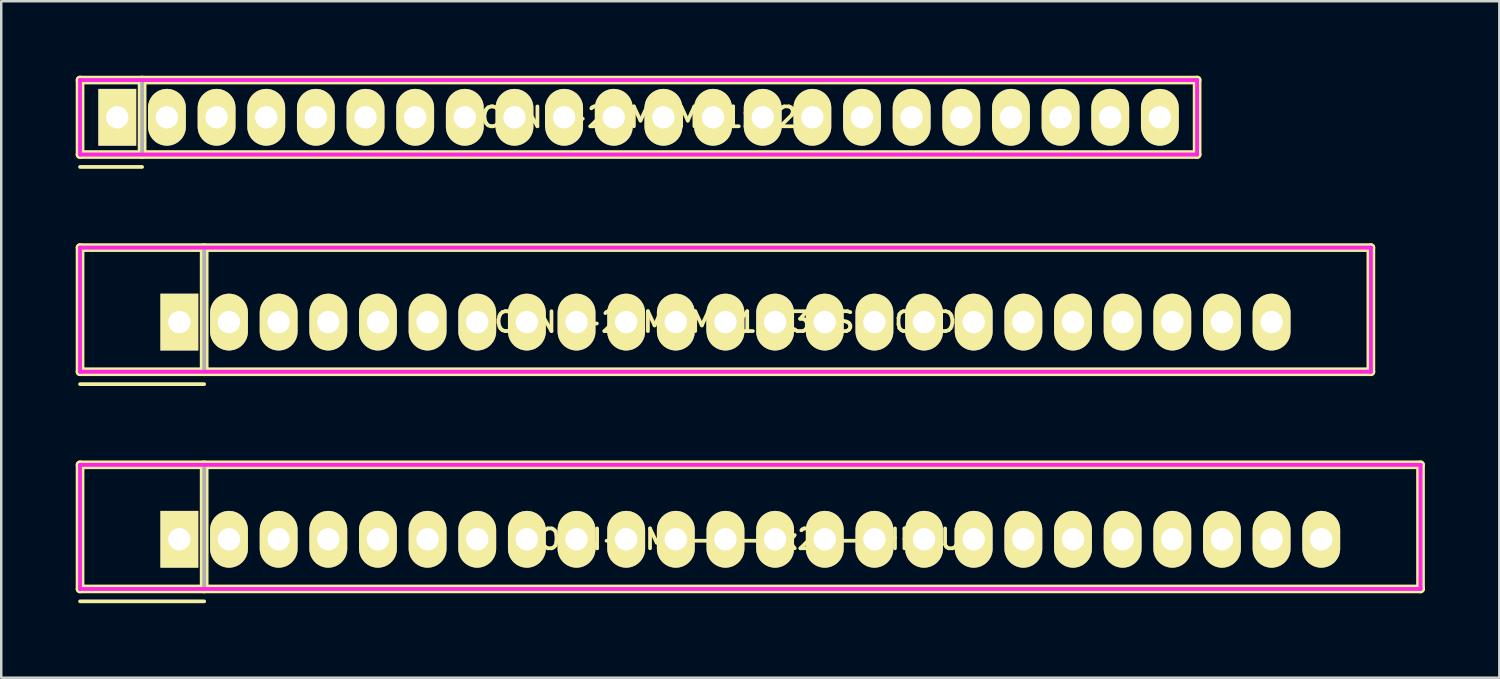
<source format=kicad_pcb>
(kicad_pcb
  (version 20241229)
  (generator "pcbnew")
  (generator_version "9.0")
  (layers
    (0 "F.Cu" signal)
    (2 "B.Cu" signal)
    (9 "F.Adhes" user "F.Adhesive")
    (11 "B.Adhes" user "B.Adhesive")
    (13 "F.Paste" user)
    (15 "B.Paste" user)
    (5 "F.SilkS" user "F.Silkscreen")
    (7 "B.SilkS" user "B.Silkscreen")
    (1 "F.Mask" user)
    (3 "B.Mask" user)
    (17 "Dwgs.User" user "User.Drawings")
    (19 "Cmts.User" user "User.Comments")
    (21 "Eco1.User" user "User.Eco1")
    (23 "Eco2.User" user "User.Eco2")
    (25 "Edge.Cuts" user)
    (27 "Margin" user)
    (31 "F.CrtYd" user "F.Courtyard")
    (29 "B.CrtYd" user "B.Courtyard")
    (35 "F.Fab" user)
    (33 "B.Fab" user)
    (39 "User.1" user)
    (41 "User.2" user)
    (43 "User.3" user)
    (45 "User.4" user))
  (footprint "CONN-2MM-M-1x24-SHROUD"
    (layer "F.Cu")
    (at 27.175 18.675)
    (property "Reference" "CONN-2MM-M-1x24-SHROUD" (at 0 0 0) (layer "F.SilkS") (effects (font (size 0.8 0.8) (thickness 0.15))))
    (attr through_hole)
    (fp_line (start -27 -3) (end 27 -3) (stroke (width 0.35) (type solid)) (layer "F.SilkS"))
    (fp_line (start -27 2) (end -27 -3) (stroke (width 0.35) (type solid)) (layer "F.SilkS"))
    (fp_line (start -27 2.5) (end -22 2.5) (stroke (width 0.15) (type solid)) (layer "F.SilkS"))
    (fp_line (start -22 -3) (end -22 2) (stroke (width 0.35) (type solid)) (layer "F.SilkS"))
    (fp_line (start 27 -3) (end 27 2) (stroke (width 0.35) (type solid)) (layer "F.SilkS"))
    (fp_line (start 27 2) (end -27 2) (stroke (width 0.35) (type solid)) (layer "F.SilkS"))
    (fp_line (start -27 -3) (end 27 -3) (stroke (width 0.15) (type solid)) (layer "F.CrtYd"))
    (fp_line (start -27 2) (end -27 -3) (stroke (width 0.15) (type solid)) (layer "F.CrtYd"))
    (fp_line (start 27 -3) (end 27 2) (stroke (width 0.15) (type solid)) (layer "F.CrtYd"))
    (fp_line (start 27 2) (end -27 2) (stroke (width 0.15) (type solid)) (layer "F.CrtYd"))
    (fp_line (start -27 -3) (end 27 -3) (stroke (width 0.15) (type solid)) (layer "F.Fab"))
    (fp_line (start -27 2) (end -27 -3) (stroke (width 0.15) (type solid)) (layer "F.Fab"))
    (fp_line (start -22 -3) (end -22 2) (stroke (width 0.15) (type solid)) (layer "F.Fab"))
    (fp_line (start 27 -3) (end 27 2) (stroke (width 0.15) (type solid)) (layer "F.Fab"))
    (fp_line (start 27 2) (end -27 2) (stroke (width 0.15) (type solid)) (layer "F.Fab"))
    (pad "1" thru_hole rect (at -23 0) (size 1.524 2.286) (drill 0.9) (layers "*.Cu" "*.Mask" "F.SilkS"))
    (pad "2" thru_hole oval (at -21 0) (size 1.524 2.286) (drill 0.9) (layers "*.Cu" "*.Mask" "F.SilkS"))
    (pad "3" thru_hole oval (at -19 0) (size 1.524 2.286) (drill 0.9) (layers "*.Cu" "*.Mask" "F.SilkS"))
    (pad "4" thru_hole oval (at -17 0) (size 1.524 2.286) (drill 0.9) (layers "*.Cu" "*.Mask" "F.SilkS"))
    (pad "5" thru_hole oval (at -15 0) (size 1.524 2.286) (drill 0.9) (layers "*.Cu" "*.Mask" "F.SilkS"))
    (pad "6" thru_hole oval (at -13 0) (size 1.524 2.286) (drill 0.9) (layers "*.Cu" "*.Mask" "F.SilkS"))
    (pad "7" thru_hole oval (at -11 0) (size 1.524 2.286) (drill 0.9) (layers "*.Cu" "*.Mask" "F.SilkS"))
    (pad "8" thru_hole oval (at -9 0) (size 1.524 2.286) (drill 0.9) (layers "*.Cu" "*.Mask" "F.SilkS"))
    (pad "9" thru_hole oval (at -7 0) (size 1.524 2.286) (drill 0.9) (layers "*.Cu" "*.Mask" "F.SilkS"))
    (pad "10" thru_hole oval (at -5 0) (size 1.524 2.286) (drill 0.9) (layers "*.Cu" "*.Mask" "F.SilkS"))
    (pad "11" thru_hole oval (at -3 0) (size 1.524 2.286) (drill 0.9) (layers "*.Cu" "*.Mask" "F.SilkS"))
    (pad "12" thru_hole oval (at -1 0) (size 1.524 2.286) (drill 0.9) (layers "*.Cu" "*.Mask" "F.SilkS"))
    (pad "13" thru_hole oval (at 1 0) (size 1.524 2.286) (drill 0.9) (layers "*.Cu" "*.Mask" "F.SilkS"))
    (pad "14" thru_hole oval (at 3 0) (size 1.524 2.286) (drill 0.9) (layers "*.Cu" "*.Mask" "F.SilkS"))
    (pad "15" thru_hole oval (at 5 0) (size 1.524 2.286) (drill 0.9) (layers "*.Cu" "*.Mask" "F.SilkS"))
    (pad "16" thru_hole oval (at 7 0) (size 1.524 2.286) (drill 0.9) (layers "*.Cu" "*.Mask" "F.SilkS"))
    (pad "17" thru_hole oval (at 9 0) (size 1.524 2.286) (drill 0.9) (layers "*.Cu" "*.Mask" "F.SilkS"))
    (pad "18" thru_hole oval (at 11 0) (size 1.524 2.286) (drill 0.9) (layers "*.Cu" "*.Mask" "F.SilkS"))
    (pad "19" thru_hole oval (at 13 0) (size 1.524 2.286) (drill 0.9) (layers "*.Cu" "*.Mask" "F.SilkS"))
    (pad "20" thru_hole oval (at 15 0) (size 1.524 2.286) (drill 0.9) (layers "*.Cu" "*.Mask" "F.SilkS"))
    (pad "21" thru_hole oval (at 17 0) (size 1.524 2.286) (drill 0.9) (layers "*.Cu" "*.Mask" "F.SilkS"))
    (pad "22" thru_hole oval (at 19 0) (size 1.524 2.286) (drill 0.9) (layers "*.Cu" "*.Mask" "F.SilkS"))
    (pad "23" thru_hole oval (at 21 0) (size 1.524 2.286) (drill 0.9) (layers "*.Cu" "*.Mask" "F.SilkS"))
    (pad "24" thru_hole oval (at 23 0) (size 1.524 2.286) (drill 0.9) (layers "*.Cu" "*.Mask" "F.SilkS")))
  (footprint "CONN-2MM-M-1x22"
    (layer "F.Cu")
    (at 22.675 1.675)
    (property "Reference" "CONN-2MM-M-1x22" (at 0 0 0) (layer "F.SilkS") (effects (font (size 0.8 0.8) (thickness 0.15))))
    (attr through_hole)
    (fp_line (start -22.5 -1.5) (end 22.5 -1.5) (stroke (width 0.35) (type solid)) (layer "F.SilkS"))
    (fp_line (start -22.5 1.5) (end -22.5 -1.5) (stroke (width 0.35) (type solid)) (layer "F.SilkS"))
    (fp_line (start -22.5 2) (end -20 2) (stroke (width 0.15) (type solid)) (layer "F.SilkS"))
    (fp_line (start -20 -1.5) (end -20 1.5) (stroke (width 0.35) (type solid)) (layer "F.SilkS"))
    (fp_line (start 22.5 -1.5) (end 22.5 1.5) (stroke (width 0.35) (type solid)) (layer "F.SilkS"))
    (fp_line (start 22.5 1.5) (end -22.5 1.5) (stroke (width 0.35) (type solid)) (layer "F.SilkS"))
    (fp_line (start -22.5 -1.5) (end 22.5 -1.5) (stroke (width 0.15) (type solid)) (layer "F.CrtYd"))
    (fp_line (start -22.5 1.5) (end -22.5 -1.5) (stroke (width 0.15) (type solid)) (layer "F.CrtYd"))
    (fp_line (start 22.5 -1.5) (end 22.5 1.5) (stroke (width 0.15) (type solid)) (layer "F.CrtYd"))
    (fp_line (start 22.5 1.5) (end -22.5 1.5) (stroke (width 0.15) (type solid)) (layer "F.CrtYd"))
    (fp_line (start -22.5 -1.5) (end 22.5 -1.5) (stroke (width 0.15) (type solid)) (layer "F.Fab"))
    (fp_line (start -22.5 1.5) (end -22.5 -1.5) (stroke (width 0.15) (type solid)) (layer "F.Fab"))
    (fp_line (start -20 -1.5) (end -20 1.5) (stroke (width 0.15) (type solid)) (layer "F.Fab"))
    (fp_line (start 22.5 -1.5) (end 22.5 1.5) (stroke (width 0.15) (type solid)) (layer "F.Fab"))
    (fp_line (start 22.5 1.5) (end -22.5 1.5) (stroke (width 0.15) (type solid)) (layer "F.Fab"))
    (pad "1" thru_hole rect (at -21 0) (size 1.524 2.286) (drill 0.9) (layers "*.Cu" "*.Mask" "F.SilkS"))
    (pad "2" thru_hole oval (at -19 0) (size 1.524 2.286) (drill 0.9) (layers "*.Cu" "*.Mask" "F.SilkS"))
    (pad "3" thru_hole oval (at -17 0) (size 1.524 2.286) (drill 0.9) (layers "*.Cu" "*.Mask" "F.SilkS"))
    (pad "4" thru_hole oval (at -15 0) (size 1.524 2.286) (drill 0.9) (layers "*.Cu" "*.Mask" "F.SilkS"))
    (pad "5" thru_hole oval (at -13 0) (size 1.524 2.286) (drill 0.9) (layers "*.Cu" "*.Mask" "F.SilkS"))
    (pad "6" thru_hole oval (at -11 0) (size 1.524 2.286) (drill 0.9) (layers "*.Cu" "*.Mask" "F.SilkS"))
    (pad "7" thru_hole oval (at -9 0) (size 1.524 2.286) (drill 0.9) (layers "*.Cu" "*.Mask" "F.SilkS"))
    (pad "8" thru_hole oval (at -7 0) (size 1.524 2.286) (drill 0.9) (layers "*.Cu" "*.Mask" "F.SilkS"))
    (pad "9" thru_hole oval (at -5 0) (size 1.524 2.286) (drill 0.9) (layers "*.Cu" "*.Mask" "F.SilkS"))
    (pad "10" thru_hole oval (at -3 0) (size 1.524 2.286) (drill 0.9) (layers "*.Cu" "*.Mask" "F.SilkS"))
    (pad "11" thru_hole oval (at -1 0) (size 1.524 2.286) (drill 0.9) (layers "*.Cu" "*.Mask" "F.SilkS"))
    (pad "12" thru_hole oval (at 1 0) (size 1.524 2.286) (drill 0.9) (layers "*.Cu" "*.Mask" "F.SilkS"))
    (pad "13" thru_hole oval (at 3 0) (size 1.524 2.286) (drill 0.9) (layers "*.Cu" "*.Mask" "F.SilkS"))
    (pad "14" thru_hole oval (at 5 0) (size 1.524 2.286) (drill 0.9) (layers "*.Cu" "*.Mask" "F.SilkS"))
    (pad "15" thru_hole oval (at 7 0) (size 1.524 2.286) (drill 0.9) (layers "*.Cu" "*.Mask" "F.SilkS"))
    (pad "16" thru_hole oval (at 9 0) (size 1.524 2.286) (drill 0.9) (layers "*.Cu" "*.Mask" "F.SilkS"))
    (pad "17" thru_hole oval (at 11 0) (size 1.524 2.286) (drill 0.9) (layers "*.Cu" "*.Mask" "F.SilkS"))
    (pad "18" thru_hole oval (at 13 0) (size 1.524 2.286) (drill 0.9) (layers "*.Cu" "*.Mask" "F.SilkS"))
    (pad "19" thru_hole oval (at 15 0) (size 1.524 2.286) (drill 0.9) (layers "*.Cu" "*.Mask" "F.SilkS"))
    (pad "20" thru_hole oval (at 17 0) (size 1.524 2.286) (drill 0.9) (layers "*.Cu" "*.Mask" "F.SilkS"))
    (pad "21" thru_hole oval (at 19 0) (size 1.524 2.286) (drill 0.9) (layers "*.Cu" "*.Mask" "F.SilkS"))
    (pad "22" thru_hole oval (at 21 0) (size 1.524 2.286) (drill 0.9) (layers "*.Cu" "*.Mask" "F.SilkS")))
  (footprint "CONN-2MM-M-1x23-SHROUD"
    (layer "F.Cu")
    (at 26.175 9.925)
    (property "Reference" "CONN-2MM-M-1x23-SHROUD" (at 0 0 0) (layer "F.SilkS") (effects (font (size 0.8 0.8) (thickness 0.15))))
    (attr through_hole)
    (fp_line (start -26 -3) (end 26 -3) (stroke (width 0.35) (type solid)) (layer "F.SilkS"))
    (fp_line (start -26 2) (end -26 -3) (stroke (width 0.35) (type solid)) (layer "F.SilkS"))
    (fp_line (start -26 2.5) (end -21 2.5) (stroke (width 0.15) (type solid)) (layer "F.SilkS"))
    (fp_line (start -21 -3) (end -21 2) (stroke (width 0.35) (type solid)) (layer "F.SilkS"))
    (fp_line (start 26 -3) (end 26 2) (stroke (width 0.35) (type solid)) (layer "F.SilkS"))
    (fp_line (start 26 2) (end -26 2) (stroke (width 0.35) (type solid)) (layer "F.SilkS"))
    (fp_line (start -26 -3) (end 26 -3) (stroke (width 0.15) (type solid)) (layer "F.CrtYd"))
    (fp_line (start -26 2) (end -26 -3) (stroke (width 0.15) (type solid)) (layer "F.CrtYd"))
    (fp_line (start 26 -3) (end 26 2) (stroke (width 0.15) (type solid)) (layer "F.CrtYd"))
    (fp_line (start 26 2) (end -26 2) (stroke (width 0.15) (type solid)) (layer "F.CrtYd"))
    (fp_line (start -26 -3) (end 26 -3) (stroke (width 0.15) (type solid)) (layer "F.Fab"))
    (fp_line (start -26 2) (end -26 -3) (stroke (width 0.15) (type solid)) (layer "F.Fab"))
    (fp_line (start -21 -3) (end -21 2) (stroke (width 0.15) (type solid)) (layer "F.Fab"))
    (fp_line (start 26 -3) (end 26 2) (stroke (width 0.15) (type solid)) (layer "F.Fab"))
    (fp_line (start 26 2) (end -26 2) (stroke (width 0.15) (type solid)) (layer "F.Fab"))
    (pad "1" thru_hole rect (at -22 0) (size 1.524 2.286) (drill 0.9) (layers "*.Cu" "*.Mask" "F.SilkS"))
    (pad "2" thru_hole oval (at -20 0) (size 1.524 2.286) (drill 0.9) (layers "*.Cu" "*.Mask" "F.SilkS"))
    (pad "3" thru_hole oval (at -18 0) (size 1.524 2.286) (drill 0.9) (layers "*.Cu" "*.Mask" "F.SilkS"))
    (pad "4" thru_hole oval (at -16 0) (size 1.524 2.286) (drill 0.9) (layers "*.Cu" "*.Mask" "F.SilkS"))
    (pad "5" thru_hole oval (at -14 0) (size 1.524 2.286) (drill 0.9) (layers "*.Cu" "*.Mask" "F.SilkS"))
    (pad "6" thru_hole oval (at -12 0) (size 1.524 2.286) (drill 0.9) (layers "*.Cu" "*.Mask" "F.SilkS"))
    (pad "7" thru_hole oval (at -10 0) (size 1.524 2.286) (drill 0.9) (layers "*.Cu" "*.Mask" "F.SilkS"))
    (pad "8" thru_hole oval (at -8 0) (size 1.524 2.286) (drill 0.9) (layers "*.Cu" "*.Mask" "F.SilkS"))
    (pad "9" thru_hole oval (at -6 0) (size 1.524 2.286) (drill 0.9) (layers "*.Cu" "*.Mask" "F.SilkS"))
    (pad "10" thru_hole oval (at -4 0) (size 1.524 2.286) (drill 0.9) (layers "*.Cu" "*.Mask" "F.SilkS"))
    (pad "11" thru_hole oval (at -2 0) (size 1.524 2.286) (drill 0.9) (layers "*.Cu" "*.Mask" "F.SilkS"))
    (pad "12" thru_hole oval (at 0 0) (size 1.524 2.286) (drill 0.9) (layers "*.Cu" "*.Mask" "F.SilkS"))
    (pad "13" thru_hole oval (at 2 0) (size 1.524 2.286) (drill 0.9) (layers "*.Cu" "*.Mask" "F.SilkS"))
    (pad "14" thru_hole oval (at 4 0) (size 1.524 2.286) (drill 0.9) (layers "*.Cu" "*.Mask" "F.SilkS"))
    (pad "15" thru_hole oval (at 6 0) (size 1.524 2.286) (drill 0.9) (layers "*.Cu" "*.Mask" "F.SilkS"))
    (pad "16" thru_hole oval (at 8 0) (size 1.524 2.286) (drill 0.9) (layers "*.Cu" "*.Mask" "F.SilkS"))
    (pad "17" thru_hole oval (at 10 0) (size 1.524 2.286) (drill 0.9) (layers "*.Cu" "*.Mask" "F.SilkS"))
    (pad "18" thru_hole oval (at 12 0) (size 1.524 2.286) (drill 0.9) (layers "*.Cu" "*.Mask" "F.SilkS"))
    (pad "19" thru_hole oval (at 14 0) (size 1.524 2.286) (drill 0.9) (layers "*.Cu" "*.Mask" "F.SilkS"))
    (pad "20" thru_hole oval (at 16 0) (size 1.524 2.286) (drill 0.9) (layers "*.Cu" "*.Mask" "F.SilkS"))
    (pad "21" thru_hole oval (at 18 0) (size 1.524 2.286) (drill 0.9) (layers "*.Cu" "*.Mask" "F.SilkS"))
    (pad "22" thru_hole oval (at 20 0) (size 1.524 2.286) (drill 0.9) (layers "*.Cu" "*.Mask" "F.SilkS"))
    (pad "23" thru_hole oval (at 22 0) (size 1.524 2.286) (drill 0.9) (layers "*.Cu" "*.Mask" "F.SilkS")))
  (gr_rect
    (start -3 -3)
    (end 57.35 24.25)
    (stroke (width 0.1) (type default))
    (fill no)
    (layer "Edge.Cuts")))
</source>
